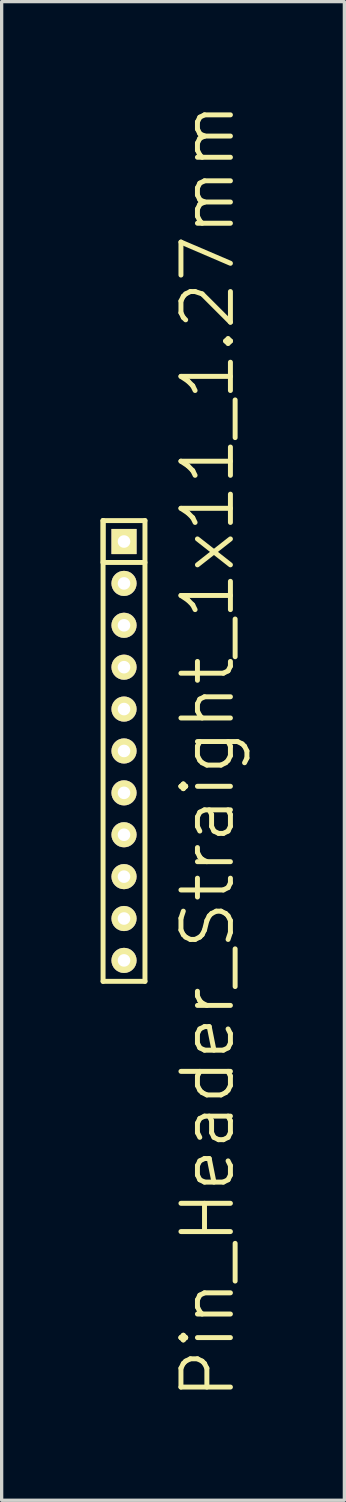
<source format=kicad_pcb>
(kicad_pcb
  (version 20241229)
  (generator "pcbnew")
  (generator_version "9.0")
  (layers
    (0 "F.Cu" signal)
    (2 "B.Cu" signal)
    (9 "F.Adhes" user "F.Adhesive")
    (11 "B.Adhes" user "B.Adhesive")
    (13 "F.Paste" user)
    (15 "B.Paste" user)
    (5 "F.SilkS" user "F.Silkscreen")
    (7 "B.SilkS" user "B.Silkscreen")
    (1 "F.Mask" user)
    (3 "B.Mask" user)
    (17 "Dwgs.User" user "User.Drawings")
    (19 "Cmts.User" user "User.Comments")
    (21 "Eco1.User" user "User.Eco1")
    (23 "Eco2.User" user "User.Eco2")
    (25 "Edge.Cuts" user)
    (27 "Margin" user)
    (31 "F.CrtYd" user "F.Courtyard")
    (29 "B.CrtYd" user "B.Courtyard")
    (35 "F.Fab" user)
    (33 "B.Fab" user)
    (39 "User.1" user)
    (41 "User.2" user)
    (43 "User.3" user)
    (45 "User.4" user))
  (footprint "Pin_Header_Straight_1x11_1.27mm"
    (layer "F.Cu")
    (at 0.71 13.368)
    (property "Reference" "Pin_Header_Straight_1x11_1.27mm" (at 2.54 6.35 90) (layer "F.SilkS") (effects (font (size 1.5 1.5) (thickness 0.15))))
    (attr through_hole)
    (fp_line (start -0.635 -0.635) (end -0.635 0.635) (stroke (width 0.15) (type solid)) (layer "F.SilkS"))
    (fp_line (start -0.635 -0.635) (end 0.635 -0.635) (stroke (width 0.15) (type solid)) (layer "F.SilkS"))
    (fp_line (start -0.635 0.635) (end 0.635 0.635) (stroke (width 0.15) (type solid)) (layer "F.SilkS"))
    (fp_line (start -0.635 13.335) (end -0.635 -0.635) (stroke (width 0.15) (type solid)) (layer "F.SilkS"))
    (fp_line (start 0.635 -0.635) (end 0.635 13.335) (stroke (width 0.15) (type solid)) (layer "F.SilkS"))
    (fp_line (start 0.635 13.335) (end -0.635 13.335) (stroke (width 0.15) (type solid)) (layer "F.SilkS"))
    (pad "1" thru_hole rect (at 0 0) (size 0.762 0.762) (drill 0.381) (layers "*.Cu" "*.Mask" "F.SilkS"))
    (pad "2" thru_hole circle (at 0 1.27) (size 0.762 0.762) (drill 0.381) (layers "*.Cu" "*.Mask" "F.SilkS"))
    (pad "3" thru_hole circle (at 0 2.54) (size 0.762 0.762) (drill 0.381) (layers "*.Cu" "*.Mask" "F.SilkS"))
    (pad "4" thru_hole circle (at 0 3.81) (size 0.762 0.762) (drill 0.381) (layers "*.Cu" "*.Mask" "F.SilkS"))
    (pad "5" thru_hole circle (at 0 5.08) (size 0.762 0.762) (drill 0.381) (layers "*.Cu" "*.Mask" "F.SilkS"))
    (pad "6" thru_hole circle (at 0 6.35) (size 0.762 0.762) (drill 0.381) (layers "*.Cu" "*.Mask" "F.SilkS"))
    (pad "7" thru_hole circle (at 0 7.62) (size 0.762 0.762) (drill 0.381) (layers "*.Cu" "*.Mask" "F.SilkS"))
    (pad "8" thru_hole circle (at 0 8.89) (size 0.762 0.762) (drill 0.381) (layers "*.Cu" "*.Mask" "F.SilkS"))
    (pad "9" thru_hole circle (at 0 10.16) (size 0.762 0.762) (drill 0.381) (layers "*.Cu" "*.Mask" "F.SilkS"))
    (pad "10" thru_hole circle (at 0 11.43) (size 0.762 0.762) (drill 0.381) (layers "*.Cu" "*.Mask" "F.SilkS"))
    (pad "11" thru_hole circle (at 0 12.7) (size 0.762 0.762) (drill 0.381) (layers "*.Cu" "*.Mask" "F.SilkS")))
  (gr_rect
    (start -3 -3)
    (end 7.391 42.436)
    (stroke (width 0.1) (type default))
    (fill no)
    (layer "Edge.Cuts")))
</source>
